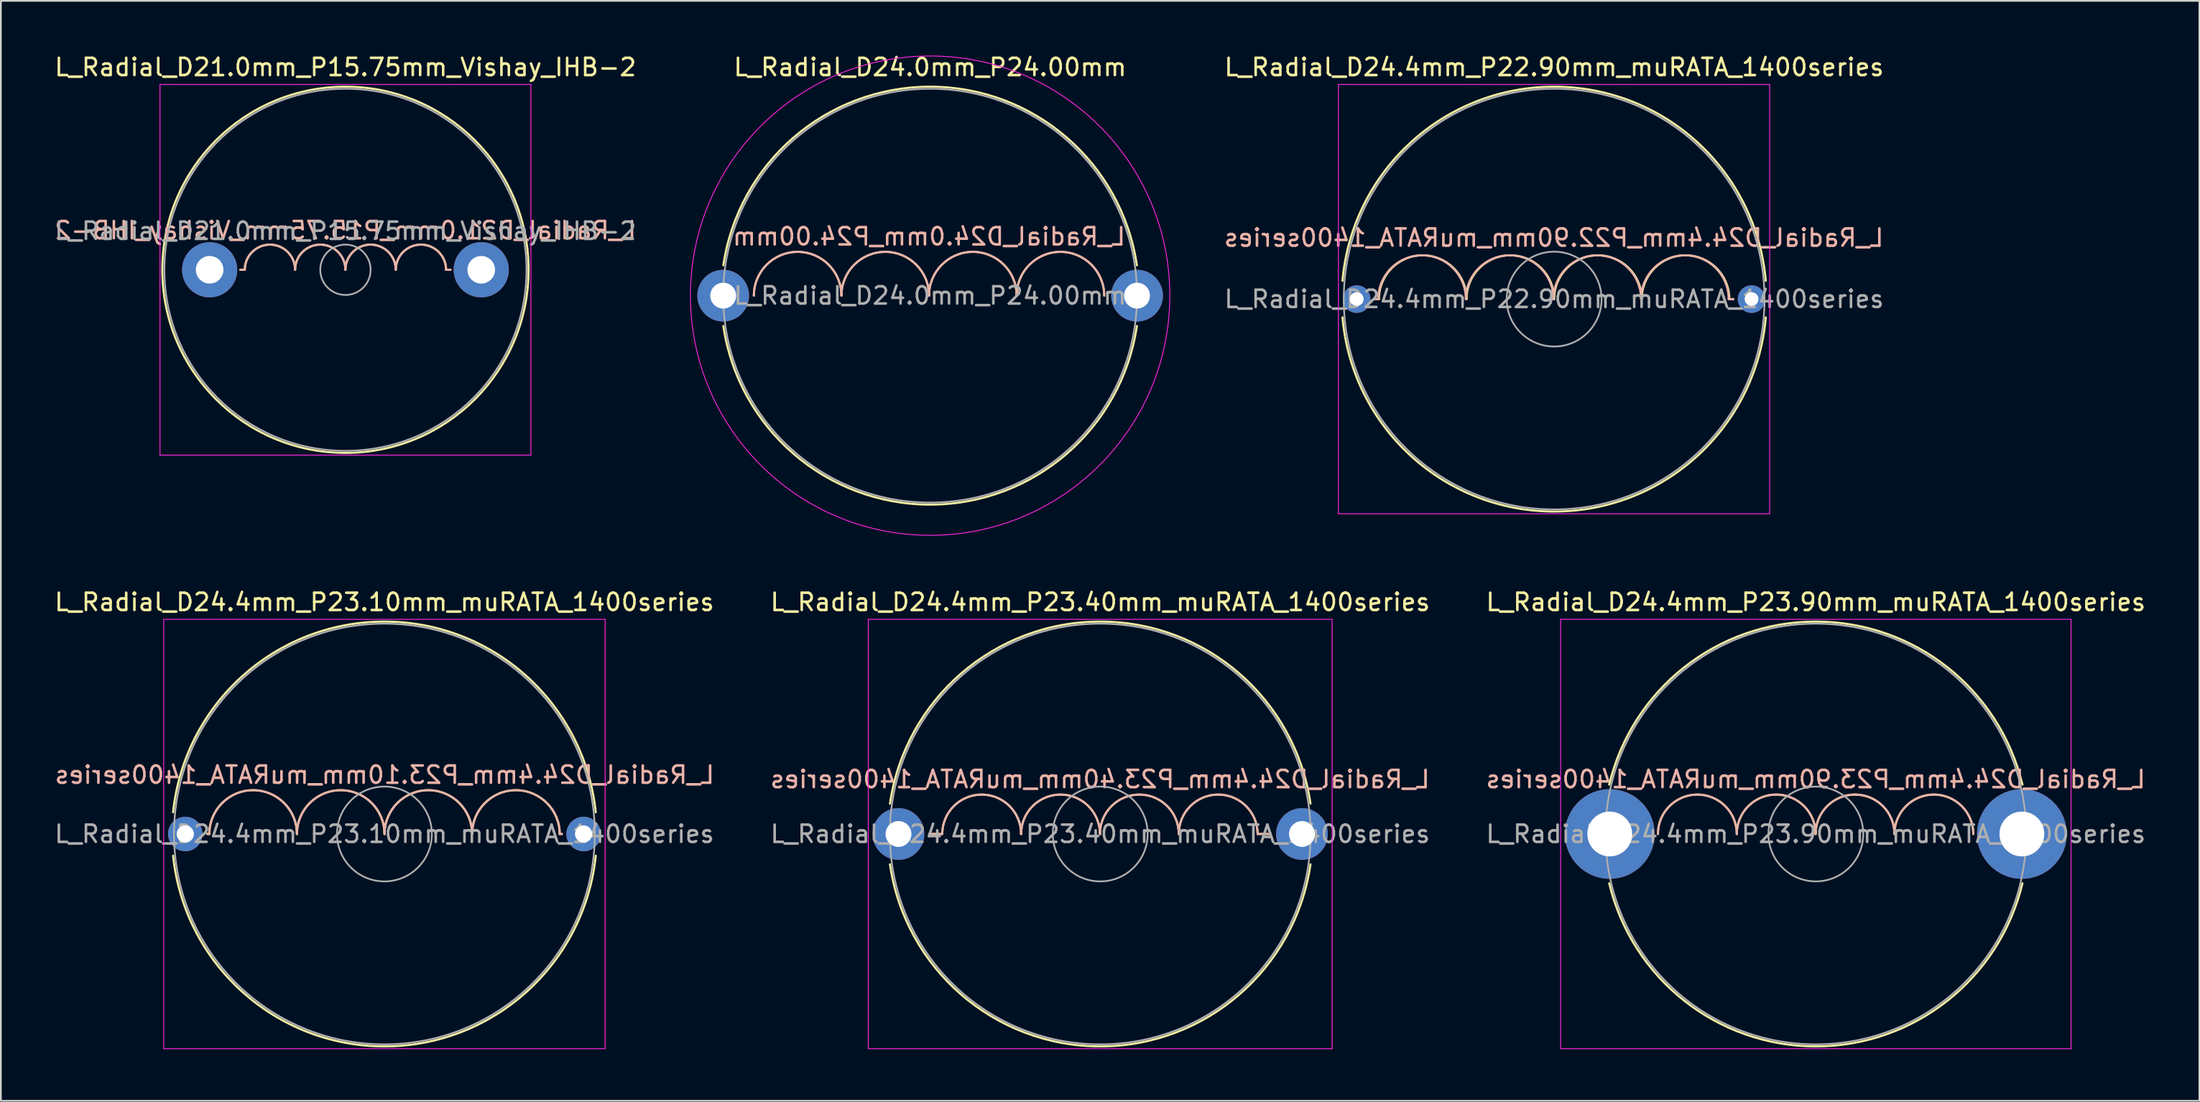
<source format=kicad_pcb>
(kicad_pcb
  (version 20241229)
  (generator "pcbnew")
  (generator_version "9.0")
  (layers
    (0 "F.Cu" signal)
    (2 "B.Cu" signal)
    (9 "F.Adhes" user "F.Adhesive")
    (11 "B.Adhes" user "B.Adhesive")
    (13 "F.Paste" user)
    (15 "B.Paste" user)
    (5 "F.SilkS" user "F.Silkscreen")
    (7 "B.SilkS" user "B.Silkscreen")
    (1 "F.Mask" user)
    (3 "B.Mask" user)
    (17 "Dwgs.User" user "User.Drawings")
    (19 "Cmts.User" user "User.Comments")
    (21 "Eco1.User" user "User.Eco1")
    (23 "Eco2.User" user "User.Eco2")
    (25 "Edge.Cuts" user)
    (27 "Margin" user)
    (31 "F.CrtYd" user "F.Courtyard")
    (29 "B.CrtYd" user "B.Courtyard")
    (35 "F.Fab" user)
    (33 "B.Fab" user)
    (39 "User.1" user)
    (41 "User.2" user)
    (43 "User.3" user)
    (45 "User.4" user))
  (footprint "L_Radial_D21.0mm_P15.75mm_Vishay_IHB-2"
    (layer "F.Cu")
    (at 9.108 12.598)
    (property "Reference" "L_Radial_D21.0mm_P15.75mm_Vishay_IHB-2" (at 7.875 -11.75 0) (layer "F.SilkS") (effects (font (size 1 1) (thickness 0.15))))
    (fp_line (start 2.032 0) (end 1.778 0) (stroke (width 0.12) (type solid)) (layer "F.SilkS"))
    (fp_line (start 13.716 0) (end 13.97 0) (stroke (width 0.12) (type solid)) (layer "F.SilkS"))
    (fp_arc (start 2.042 0) (mid 3.5 -1.458) (end 4.958 0) (stroke (width 0.12) (type solid)) (layer "F.SilkS"))
    (fp_arc (start 4.958 0) (mid 6.416 -1.458) (end 7.874 0) (stroke (width 0.12) (type solid)) (layer "F.SilkS"))
    (fp_arc (start 7.874 0) (mid 9.3345 -1.4605) (end 10.795 0) (stroke (width 0.12) (type solid)) (layer "F.SilkS"))
    (fp_arc (start 10.795 0) (mid 12.2555 -1.4605) (end 13.716 0) (stroke (width 0.12) (type solid)) (layer "F.SilkS"))
    (fp_circle (center 7.875 0) (end 18.495 0) (stroke (width 0.12) (type solid)) (fill no) (layer "F.SilkS"))
    (fp_line (start 2.032 0) (end 1.778 0) (stroke (width 0.12) (type solid)) (layer "B.SilkS"))
    (fp_line (start 13.716 0) (end 13.97 0) (stroke (width 0.12) (type solid)) (layer "B.SilkS"))
    (fp_arc (start 2.032 0) (mid 3.4925 -1.4605) (end 4.953 0) (stroke (width 0.12) (type solid)) (layer "B.SilkS"))
    (fp_arc (start 4.953 0) (mid 6.4135 -1.4605) (end 7.874 0) (stroke (width 0.12) (type solid)) (layer "B.SilkS"))
    (fp_arc (start 7.874 0) (mid 9.332 -1.458) (end 10.79 0) (stroke (width 0.12) (type solid)) (layer "B.SilkS"))
    (fp_arc (start 10.79 0) (mid 12.248 -1.458) (end 13.706 0) (stroke (width 0.12) (type solid)) (layer "B.SilkS"))
    (fp_line (start -2.88 -10.75) (end -2.88 10.75) (stroke (width 0.05) (type solid)) (layer "F.CrtYd"))
    (fp_line (start -2.88 10.75) (end 18.63 10.75) (stroke (width 0.05) (type solid)) (layer "F.CrtYd"))
    (fp_line (start 18.63 -10.75) (end -2.88 -10.75) (stroke (width 0.05) (type solid)) (layer "F.CrtYd"))
    (fp_line (start 18.63 10.75) (end 18.63 -10.75) (stroke (width 0.05) (type solid)) (layer "F.CrtYd"))
    (fp_circle (center 7.875 0) (end 9.335 0) (stroke (width 0.1) (type solid)) (fill no) (layer "F.Fab"))
    (fp_circle (center 7.875 0) (end 18.375 0) (stroke (width 0.1) (type solid)) (fill no) (layer "F.Fab"))
    (fp_text user "${REFERENCE}" (at 7.874 -2.286 0) (layer "B.SilkS") (effects (font (size 1 1) (thickness 0.15)) (justify mirror)))
    (fp_text user "${REFERENCE}" (at 7.875 -2.25 0) (layer "F.Fab") (effects (font (size 1 1) (thickness 0.15))))
    (pad "1" thru_hole circle (at 0 0) (size 3.2 3.2) (drill 1.6) (layers "*.Cu" "*.Mask"))
    (pad "2" thru_hole circle (at 15.75 0) (size 3.2 3.2) (drill 1.6) (layers "*.Cu" "*.Mask")))
  (footprint "L_Radial_D24.4mm_P23.40mm_muRATA_1400series"
    (layer "F.Cu")
    (at 49.055 45.322)
    (property "Reference" "L_Radial_D24.4mm_P23.40mm_muRATA_1400series" (at 11.7 -13.45 0) (layer "F.SilkS") (effects (font (size 1 1) (thickness 0.15))))
    (fp_line (start 2.54 0) (end 1.778 0) (stroke (width 0.12) (type solid)) (layer "F.SilkS"))
    (fp_line (start 20.828 0) (end 21.59 0) (stroke (width 0.12) (type solid)) (layer "F.SilkS"))
    (fp_arc (start -0.493638 -1.76) (mid 11.7 -12.32) (end 23.893638 -1.76) (stroke (width 0.12) (type solid)) (layer "F.SilkS"))
    (fp_arc (start 2.54 0) (mid 4.826 -2.286) (end 7.112 0) (stroke (width 0.12) (type solid)) (layer "F.SilkS"))
    (fp_arc (start 7.112 0) (mid 9.398 -2.286) (end 11.684 0) (stroke (width 0.12) (type solid)) (layer "F.SilkS"))
    (fp_arc (start 11.684 0) (mid 13.97 -2.286) (end 16.256 0) (stroke (width 0.12) (type solid)) (layer "F.SilkS"))
    (fp_arc (start 16.256 0) (mid 18.542 -2.286) (end 20.828 0) (stroke (width 0.12) (type solid)) (layer "F.SilkS"))
    (fp_arc (start 23.893638 1.76) (mid 11.7 12.32) (end -0.493638 1.76) (stroke (width 0.12) (type solid)) (layer "F.SilkS"))
    (fp_line (start 2.54 0) (end 1.778 0) (stroke (width 0.12) (type solid)) (layer "B.SilkS"))
    (fp_line (start 20.828 0) (end 21.59 0) (stroke (width 0.12) (type solid)) (layer "B.SilkS"))
    (fp_arc (start 2.54 0) (mid 4.826 -2.286) (end 7.112 0) (stroke (width 0.12) (type solid)) (layer "B.SilkS"))
    (fp_arc (start 7.112 0) (mid 9.398 -2.286) (end 11.684 0) (stroke (width 0.12) (type solid)) (layer "B.SilkS"))
    (fp_arc (start 11.684 0) (mid 13.97 -2.286) (end 16.256 0) (stroke (width 0.12) (type solid)) (layer "B.SilkS"))
    (fp_arc (start 16.256 0) (mid 18.542 -2.286) (end 20.828 0) (stroke (width 0.12) (type solid)) (layer "B.SilkS"))
    (fp_line (start -1.75 -12.45) (end -1.75 12.45) (stroke (width 0.05) (type solid)) (layer "F.CrtYd"))
    (fp_line (start -1.75 12.45) (end 25.15 12.45) (stroke (width 0.05) (type solid)) (layer "F.CrtYd"))
    (fp_line (start 25.15 -12.45) (end -1.75 -12.45) (stroke (width 0.05) (type solid)) (layer "F.CrtYd"))
    (fp_line (start 25.15 12.45) (end 25.15 -12.45) (stroke (width 0.05) (type solid)) (layer "F.CrtYd"))
    (fp_circle (center 11.7 0) (end 14.45 0) (stroke (width 0.1) (type solid)) (fill no) (layer "F.Fab"))
    (fp_circle (center 11.7 0) (end 23.9 0) (stroke (width 0.1) (type solid)) (fill no) (layer "F.Fab"))
    (fp_text user "${REFERENCE}" (at 11.684 -3.175 0) (layer "B.SilkS") (effects (font (size 1 1) (thickness 0.15)) (justify mirror)))
    (fp_text user "${REFERENCE}" (at 11.7 0 0) (layer "F.Fab") (effects (font (size 1 1) (thickness 0.15))))
    (pad "1" thru_hole circle (at 0 0) (size 3 3) (drill 1.5) (layers "*.Cu" "*.Mask"))
    (pad "2" thru_hole circle (at 23.4 0) (size 3 3) (drill 1.5) (layers "*.Cu" "*.Mask")))
  (footprint "L_Radial_D24.0mm_P24.00mm"
    (layer "F.Cu")
    (at 38.89 14.098)
    (property "Reference" "L_Radial_D24.0mm_P24.00mm" (at 12 -13.25 0) (layer "F.SilkS") (effects (font (size 1 1) (thickness 0.15))))
    (fp_arc (start 0.00847 -1.76) (mid 12 -12.12) (end 23.99153 -1.76) (stroke (width 0.12) (type solid)) (layer "F.SilkS"))
    (fp_arc (start 1.778 0) (mid 4.318 -2.54) (end 6.858 0) (stroke (width 0.12) (type solid)) (layer "F.SilkS"))
    (fp_arc (start 6.858 0) (mid 9.398 -2.54) (end 11.938 0) (stroke (width 0.12) (type solid)) (layer "F.SilkS"))
    (fp_arc (start 11.938 0) (mid 14.478 -2.54) (end 17.018 0) (stroke (width 0.12) (type solid)) (layer "F.SilkS"))
    (fp_arc (start 17.018 0) (mid 19.558 -2.54) (end 22.098 0) (stroke (width 0.12) (type solid)) (layer "F.SilkS"))
    (fp_arc (start 23.99153 1.76) (mid 12 12.12) (end 0.00847 1.76) (stroke (width 0.12) (type solid)) (layer "F.SilkS"))
    (fp_arc (start 1.778 0) (mid 4.318 -2.54) (end 6.858 0) (stroke (width 0.12) (type solid)) (layer "B.SilkS"))
    (fp_arc (start 6.858 0) (mid 9.398 -2.54) (end 11.938 0) (stroke (width 0.12) (type solid)) (layer "B.SilkS"))
    (fp_arc (start 11.938 0) (mid 14.478 -2.54) (end 17.018 0) (stroke (width 0.12) (type solid)) (layer "B.SilkS"))
    (fp_arc (start 17.018 0) (mid 19.558 -2.54) (end 22.098 0) (stroke (width 0.12) (type solid)) (layer "B.SilkS"))
    (fp_circle (center 12 0) (end 25.9 0) (stroke (width 0.05) (type solid)) (fill no) (layer "F.CrtYd"))
    (fp_circle (center 12 0) (end 24 0) (stroke (width 0.1) (type solid)) (fill no) (layer "F.Fab"))
    (fp_text user "${REFERENCE}" (at 11.938 -3.429 0) (layer "B.SilkS") (effects (font (size 1 1) (thickness 0.15)) (justify mirror)))
    (fp_text user "${REFERENCE}" (at 12 0 0) (layer "F.Fab") (effects (font (size 1 1) (thickness 0.15))))
    (pad "1" thru_hole circle (at 0 0) (size 3 3) (drill 1.5) (layers "*.Cu" "*.Mask"))
    (pad "2" thru_hole circle (at 24 0) (size 3 3) (drill 1.5) (layers "*.Cu" "*.Mask")))
  (footprint "L_Radial_D24.4mm_P23.90mm_muRATA_1400series"
    (layer "F.Cu")
    (at 90.305 45.322)
    (property "Reference" "L_Radial_D24.4mm_P23.90mm_muRATA_1400series" (at 11.95 -13.45 0) (layer "F.SilkS") (effects (font (size 1 1) (thickness 0.15))))
    (fp_line (start 2.794 0) (end 2.794 0) (stroke (width 0.12) (type solid)) (layer "F.SilkS"))
    (fp_arc (start -0.033439 -2.86) (mid 11.95 -12.32) (end 23.933439 -2.86) (stroke (width 0.12) (type solid)) (layer "F.SilkS"))
    (fp_arc (start 2.794 0) (mid 5.08 -2.286) (end 7.366 0) (stroke (width 0.12) (type solid)) (layer "F.SilkS"))
    (fp_arc (start 7.366 0) (mid 9.652 -2.286) (end 11.938 0) (stroke (width 0.12) (type solid)) (layer "F.SilkS"))
    (fp_arc (start 11.938 0) (mid 14.224 -2.286) (end 16.51 0) (stroke (width 0.12) (type solid)) (layer "F.SilkS"))
    (fp_arc (start 16.51 0) (mid 18.796 -2.286) (end 21.082 0) (stroke (width 0.12) (type solid)) (layer "F.SilkS"))
    (fp_arc (start 23.933439 2.86) (mid 11.95 12.32) (end -0.033439 2.86) (stroke (width 0.12) (type solid)) (layer "F.SilkS"))
    (fp_line (start 21.082 0) (end 21.082 0) (stroke (width 0.12) (type solid)) (layer "B.SilkS"))
    (fp_arc (start 2.794 0) (mid 5.08 -2.286) (end 7.366 0) (stroke (width 0.12) (type solid)) (layer "B.SilkS"))
    (fp_arc (start 7.366 0) (mid 9.652 -2.286) (end 11.938 0) (stroke (width 0.12) (type solid)) (layer "B.SilkS"))
    (fp_arc (start 11.938 0) (mid 14.224 -2.286) (end 16.51 0) (stroke (width 0.12) (type solid)) (layer "B.SilkS"))
    (fp_arc (start 16.51 0) (mid 18.796 -2.286) (end 21.082 0) (stroke (width 0.12) (type solid)) (layer "B.SilkS"))
    (fp_line (start -2.85 -12.45) (end -2.85 12.45) (stroke (width 0.05) (type solid)) (layer "F.CrtYd"))
    (fp_line (start -2.85 12.45) (end 26.75 12.45) (stroke (width 0.05) (type solid)) (layer "F.CrtYd"))
    (fp_line (start 26.75 -12.45) (end -2.85 -12.45) (stroke (width 0.05) (type solid)) (layer "F.CrtYd"))
    (fp_line (start 26.75 12.45) (end 26.75 -12.45) (stroke (width 0.05) (type solid)) (layer "F.CrtYd"))
    (fp_circle (center 11.95 0) (end 14.7 0) (stroke (width 0.1) (type solid)) (fill no) (layer "F.Fab"))
    (fp_circle (center 11.95 0) (end 24.15 0) (stroke (width 0.1) (type solid)) (fill no) (layer "F.Fab"))
    (fp_text user "${REFERENCE}" (at 11.938 -3.175 0) (layer "B.SilkS") (effects (font (size 1 1) (thickness 0.15)) (justify mirror)))
    (fp_text user "${REFERENCE}" (at 11.95 0 0) (layer "F.Fab") (effects (font (size 1 1) (thickness 0.15))))
    (pad "1" thru_hole circle (at 0 0) (size 5.2 5.2) (drill 2.6) (layers "*.Cu" "*.Mask"))
    (pad "2" thru_hole circle (at 23.9 0) (size 5.2 5.2) (drill 2.6) (layers "*.Cu" "*.Mask")))
  (footprint "L_Radial_D24.4mm_P22.90mm_muRATA_1400series"
    (layer "F.Cu")
    (at 75.629 14.298)
    (property "Reference" "L_Radial_D24.4mm_P22.90mm_muRATA_1400series" (at 11.45 -13.45 0) (layer "F.SilkS") (effects (font (size 1 1) (thickness 0.15))))
    (fp_line (start 1.29 0) (end 1.016 0) (stroke (width 0.12) (type solid)) (layer "F.SilkS"))
    (fp_line (start 21.61 0) (end 21.844 0) (stroke (width 0.12) (type solid)) (layer "F.SilkS"))
    (fp_arc (start -0.824315 -1.06) (mid 11.45 -12.32) (end 23.724315 -1.06) (stroke (width 0.12) (type solid)) (layer "F.SilkS"))
    (fp_arc (start 1.29 0) (mid 3.83 -2.54) (end 6.37 0) (stroke (width 0.12) (type solid)) (layer "F.SilkS"))
    (fp_arc (start 6.37 0) (mid 8.91 -2.54) (end 11.45 0) (stroke (width 0.12) (type solid)) (layer "F.SilkS"))
    (fp_arc (start 11.45 0) (mid 13.99 -2.54) (end 16.53 0) (stroke (width 0.12) (type solid)) (layer "F.SilkS"))
    (fp_arc (start 16.53 0) (mid 19.07 -2.54) (end 21.61 0) (stroke (width 0.12) (type solid)) (layer "F.SilkS"))
    (fp_arc (start 23.724315 1.06) (mid 11.45 12.32) (end -0.824315 1.06) (stroke (width 0.12) (type solid)) (layer "F.SilkS"))
    (fp_line (start 1.25 0) (end 1.016 0) (stroke (width 0.12) (type solid)) (layer "B.SilkS"))
    (fp_line (start 21.57 0) (end 21.844 0) (stroke (width 0.12) (type solid)) (layer "B.SilkS"))
    (fp_arc (start 1.25 0) (mid 3.79 -2.54) (end 6.33 0) (stroke (width 0.12) (type solid)) (layer "B.SilkS"))
    (fp_arc (start 6.33 0) (mid 8.87 -2.54) (end 11.41 0) (stroke (width 0.12) (type solid)) (layer "B.SilkS"))
    (fp_arc (start 11.41 0) (mid 13.95 -2.54) (end 16.49 0) (stroke (width 0.12) (type solid)) (layer "B.SilkS"))
    (fp_arc (start 16.49 0) (mid 19.03 -2.54) (end 21.57 0) (stroke (width 0.12) (type solid)) (layer "B.SilkS"))
    (fp_line (start -1.06 -12.45) (end -1.06 12.45) (stroke (width 0.05) (type solid)) (layer "F.CrtYd"))
    (fp_line (start -1.06 12.45) (end 23.95 12.45) (stroke (width 0.05) (type solid)) (layer "F.CrtYd"))
    (fp_line (start 23.95 -12.45) (end -1.06 -12.45) (stroke (width 0.05) (type solid)) (layer "F.CrtYd"))
    (fp_line (start 23.95 12.45) (end 23.95 -12.45) (stroke (width 0.05) (type solid)) (layer "F.CrtYd"))
    (fp_circle (center 11.45 0) (end 14.2 0) (stroke (width 0.1) (type solid)) (fill no) (layer "F.Fab"))
    (fp_circle (center 11.45 0) (end 23.65 0) (stroke (width 0.1) (type solid)) (fill no) (layer "F.Fab"))
    (fp_text user "${REFERENCE}" (at 11.43 -3.556 0) (layer "B.SilkS") (effects (font (size 1 1) (thickness 0.15)) (justify mirror)))
    (fp_text user "${REFERENCE}" (at 11.45 0 0) (layer "F.Fab") (effects (font (size 1 1) (thickness 0.15))))
    (pad "1" thru_hole circle (at 0 0) (size 1.6 1.6) (drill 0.8) (layers "*.Cu" "*.Mask"))
    (pad "2" thru_hole circle (at 22.9 0) (size 1.6 1.6) (drill 0.8) (layers "*.Cu" "*.Mask")))
  (footprint "L_Radial_D24.4mm_P23.10mm_muRATA_1400series"
    (layer "F.Cu")
    (at 7.694 45.322)
    (property "Reference" "L_Radial_D24.4mm_P23.10mm_muRATA_1400series" (at 11.55 -13.45 0) (layer "F.SilkS") (effects (font (size 1 1) (thickness 0.15))))
    (fp_line (start 1.39 0) (end 1.27 0) (stroke (width 0.12) (type solid)) (layer "F.SilkS"))
    (fp_line (start 21.71 0) (end 21.844 0) (stroke (width 0.12) (type solid)) (layer "F.SilkS"))
    (fp_arc (start -0.705399 -1.26) (mid 11.55 -12.32) (end 23.805399 -1.26) (stroke (width 0.12) (type solid)) (layer "F.SilkS"))
    (fp_arc (start 1.39 0) (mid 3.93 -2.54) (end 6.47 0) (stroke (width 0.12) (type solid)) (layer "F.SilkS"))
    (fp_arc (start 6.47 0) (mid 9.01 -2.54) (end 11.55 0) (stroke (width 0.12) (type solid)) (layer "F.SilkS"))
    (fp_arc (start 11.55 0) (mid 14.09 -2.54) (end 16.63 0) (stroke (width 0.12) (type solid)) (layer "F.SilkS"))
    (fp_arc (start 16.63 0) (mid 19.17 -2.54) (end 21.71 0) (stroke (width 0.12) (type solid)) (layer "F.SilkS"))
    (fp_arc (start 23.805399 1.26) (mid 11.55 12.32) (end -0.705399 1.26) (stroke (width 0.12) (type solid)) (layer "F.SilkS"))
    (fp_line (start 1.404 0) (end 1.27 0) (stroke (width 0.12) (type solid)) (layer "B.SilkS"))
    (fp_line (start 21.724 0) (end 21.844 0) (stroke (width 0.12) (type solid)) (layer "B.SilkS"))
    (fp_arc (start 1.404 0) (mid 3.944 -2.54) (end 6.484 0) (stroke (width 0.12) (type solid)) (layer "B.SilkS"))
    (fp_arc (start 6.484 0) (mid 9.024 -2.54) (end 11.564 0) (stroke (width 0.12) (type solid)) (layer "B.SilkS"))
    (fp_arc (start 11.564 0) (mid 14.104 -2.54) (end 16.644 0) (stroke (width 0.12) (type solid)) (layer "B.SilkS"))
    (fp_arc (start 16.644 0) (mid 19.184 -2.54) (end 21.724 0) (stroke (width 0.12) (type solid)) (layer "B.SilkS"))
    (fp_line (start -1.25 -12.45) (end -1.25 12.45) (stroke (width 0.05) (type solid)) (layer "F.CrtYd"))
    (fp_line (start -1.25 12.45) (end 24.35 12.45) (stroke (width 0.05) (type solid)) (layer "F.CrtYd"))
    (fp_line (start 24.35 -12.45) (end -1.25 -12.45) (stroke (width 0.05) (type solid)) (layer "F.CrtYd"))
    (fp_line (start 24.35 12.45) (end 24.35 -12.45) (stroke (width 0.05) (type solid)) (layer "F.CrtYd"))
    (fp_circle (center 11.55 0) (end 14.3 0) (stroke (width 0.1) (type solid)) (fill no) (layer "F.Fab"))
    (fp_circle (center 11.55 0) (end 23.75 0) (stroke (width 0.1) (type solid)) (fill no) (layer "F.Fab"))
    (fp_text user "${REFERENCE}" (at 11.557 -3.429 0) (layer "B.SilkS") (effects (font (size 1 1) (thickness 0.15)) (justify mirror)))
    (fp_text user "${REFERENCE}" (at 11.55 0 0) (layer "F.Fab") (effects (font (size 1 1) (thickness 0.15))))
    (pad "1" thru_hole circle (at 0 0) (size 2 2) (drill 1) (layers "*.Cu" "*.Mask"))
    (pad "2" thru_hole circle (at 23.1 0) (size 2 2) (drill 1) (layers "*.Cu" "*.Mask")))
  (gr_rect
    (start -3 -3)
    (end 124.499 60.797)
    (stroke (width 0.1) (type default))
    (fill no)
    (layer "Edge.Cuts")))
</source>
